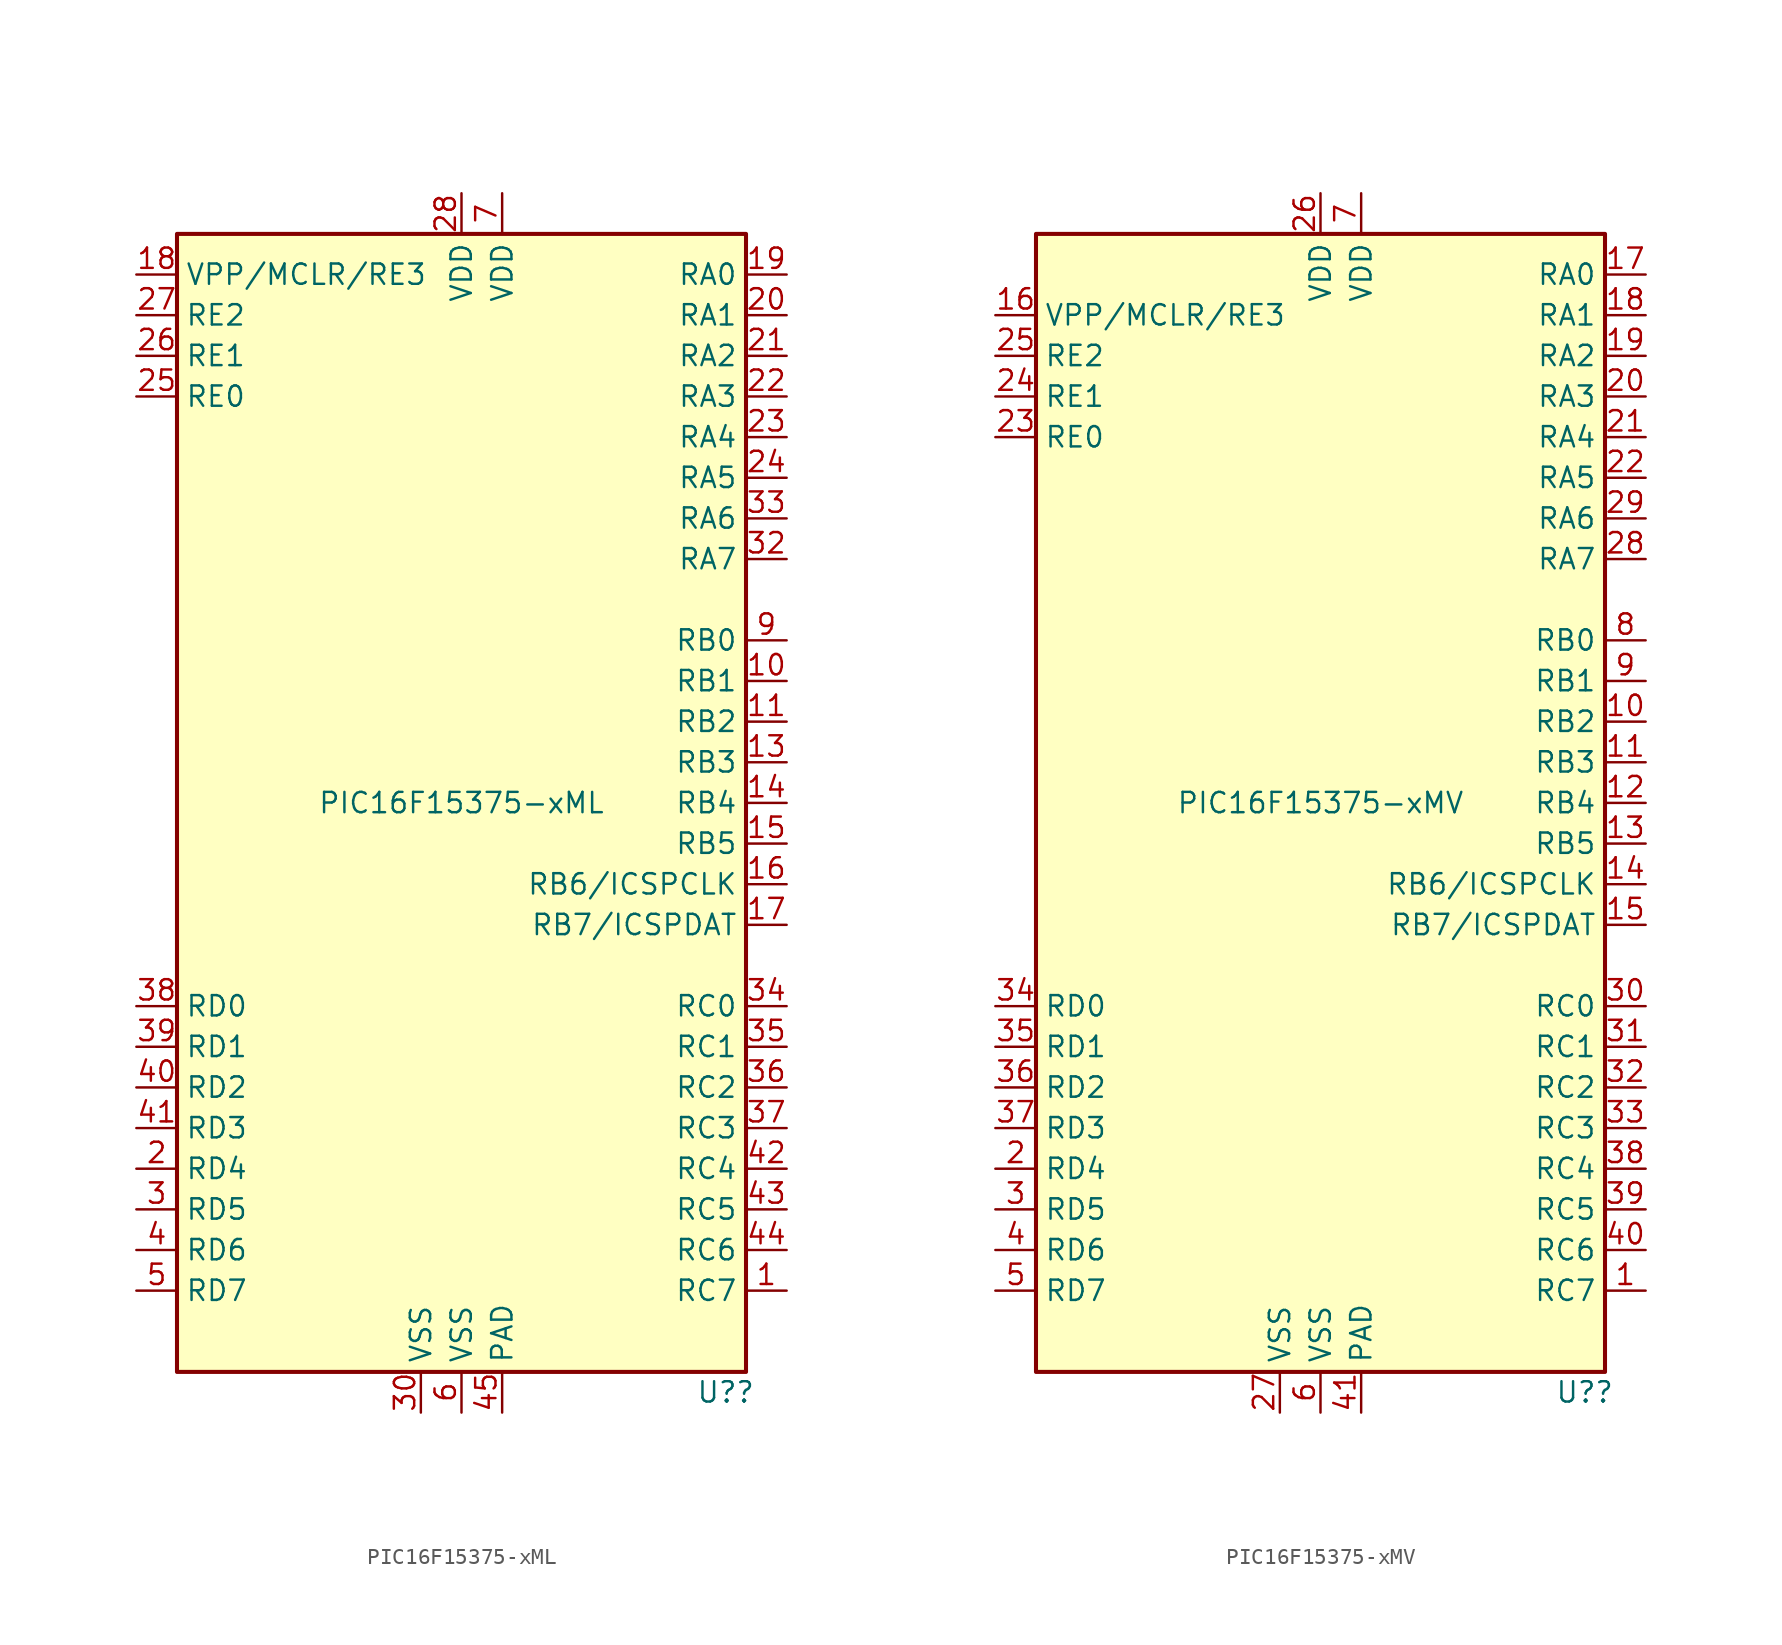
<source format=kicad_sym>
(kicad_symbol_lib
  (version 20201005)
  (generator kicad_symbol_editor)
  (symbol "PIC16F15375-xML"
    (property "Reference" "U?"
      (at 16.51 -36.83 0)
      (effects (font (size 1.27 1.27))))
    (property "Value" "PIC16F15375-xML"
      (at 0 0 0)
      (effects (font (size 1.27 1.27))))
    (symbol "PIC16F15375-xML_0_0"
      (pin no_connect line (at -20.32 0 0) (length 2.54) hide (name "NC" (effects (font (size 1.27 1.27)))) (number "13" (effects (font (size 1.27 1.27)))))
      (pin no_connect line (at -20.32 2.54 0) (length 2.54) hide (name "NC" (effects (font (size 1.27 1.27)))) (number "29" (effects (font (size 1.27 1.27)))))
      (pin no_connect line (at -20.32 7.62 0) (length 2.54) hide (name "NC" (effects (font (size 1.27 1.27)))) (number "31" (effects (font (size 1.27 1.27)))))
      (pin power_in line (at 2.54 -38.1 90) (length 2.54) (name "PAD" (effects (font (size 1.27 1.27)))) (number "45" (effects (font (size 1.27 1.27)))))
      (pin no_connect line (at -20.32 5.08 0) (length 2.54) hide (name "NC" (effects (font (size 1.27 1.27)))) (number "8" (effects (font (size 1.27 1.27))))))
    (symbol "PIC16F15375-xML_0_1"
      (rectangle (start -17.78 35.56) (end 17.78 -35.56) (stroke (width 0.254)) (fill (type background))))
    (symbol "PIC16F15375-xML_1_1"
      (pin bidirectional line (at 20.32 -30.48 180) (length 2.54) (name "RC7" (effects (font (size 1.27 1.27)))) (number "1" (effects (font (size 1.27 1.27)))))
      (pin bidirectional line (at 20.32 7.62 180) (length 2.54) (name "RB1" (effects (font (size 1.27 1.27)))) (number "10" (effects (font (size 1.27 1.27)))))
      (pin bidirectional line (at 20.32 5.08 180) (length 2.54) (name "RB2" (effects (font (size 1.27 1.27)))) (number "11" (effects (font (size 1.27 1.27)))))
      (pin bidirectional line (at 20.32 2.54 180) (length 2.54) (name "RB3" (effects (font (size 1.27 1.27)))) (number "13" (effects (font (size 1.27 1.27)))))
      (pin bidirectional line (at 20.32 0 180) (length 2.54) (name "RB4" (effects (font (size 1.27 1.27)))) (number "14" (effects (font (size 1.27 1.27)))))
      (pin bidirectional line (at 20.32 -2.54 180) (length 2.54) (name "RB5" (effects (font (size 1.27 1.27)))) (number "15" (effects (font (size 1.27 1.27)))))
      (pin bidirectional line (at 20.32 -5.08 180) (length 2.54) (name "RB6/ICSPCLK" (effects (font (size 1.27 1.27)))) (number "16" (effects (font (size 1.27 1.27)))))
      (pin bidirectional line (at 20.32 -7.62 180) (length 2.54) (name "RB7/ICSPDAT" (effects (font (size 1.27 1.27)))) (number "17" (effects (font (size 1.27 1.27)))))
      (pin bidirectional line (at -20.32 33.02 0) (length 2.54) (name "VPP/MCLR/RE3" (effects (font (size 1.27 1.27)))) (number "18" (effects (font (size 1.27 1.27)))))
      (pin bidirectional line (at 20.32 33.02 180) (length 2.54) (name "RA0" (effects (font (size 1.27 1.27)))) (number "19" (effects (font (size 1.27 1.27)))))
      (pin bidirectional line (at -20.32 -22.86 0) (length 2.54) (name "RD4" (effects (font (size 1.27 1.27)))) (number "2" (effects (font (size 1.27 1.27)))))
      (pin bidirectional line (at 20.32 30.48 180) (length 2.54) (name "RA1" (effects (font (size 1.27 1.27)))) (number "20" (effects (font (size 1.27 1.27)))))
      (pin bidirectional line (at 20.32 27.94 180) (length 2.54) (name "RA2" (effects (font (size 1.27 1.27)))) (number "21" (effects (font (size 1.27 1.27)))))
      (pin bidirectional line (at 20.32 25.4 180) (length 2.54) (name "RA3" (effects (font (size 1.27 1.27)))) (number "22" (effects (font (size 1.27 1.27)))))
      (pin bidirectional line (at 20.32 22.86 180) (length 2.54) (name "RA4" (effects (font (size 1.27 1.27)))) (number "23" (effects (font (size 1.27 1.27)))))
      (pin bidirectional line (at 20.32 20.32 180) (length 2.54) (name "RA5" (effects (font (size 1.27 1.27)))) (number "24" (effects (font (size 1.27 1.27)))))
      (pin bidirectional line (at -20.32 25.4 0) (length 2.54) (name "RE0" (effects (font (size 1.27 1.27)))) (number "25" (effects (font (size 1.27 1.27)))))
      (pin bidirectional line (at -20.32 27.94 0) (length 2.54) (name "RE1" (effects (font (size 1.27 1.27)))) (number "26" (effects (font (size 1.27 1.27)))))
      (pin bidirectional line (at -20.32 30.48 0) (length 2.54) (name "RE2" (effects (font (size 1.27 1.27)))) (number "27" (effects (font (size 1.27 1.27)))))
      (pin power_in line (at 0 38.1 270) (length 2.54) (name "VDD" (effects (font (size 1.27 1.27)))) (number "28" (effects (font (size 1.27 1.27)))))
      (pin bidirectional line (at -20.32 -25.4 0) (length 2.54) (name "RD5" (effects (font (size 1.27 1.27)))) (number "3" (effects (font (size 1.27 1.27)))))
      (pin power_in line (at -2.54 -38.1 90) (length 2.54) (name "VSS" (effects (font (size 1.27 1.27)))) (number "30" (effects (font (size 1.27 1.27)))))
      (pin bidirectional line (at 20.32 15.24 180) (length 2.54) (name "RA7" (effects (font (size 1.27 1.27)))) (number "32" (effects (font (size 1.27 1.27)))))
      (pin bidirectional line (at 20.32 17.78 180) (length 2.54) (name "RA6" (effects (font (size 1.27 1.27)))) (number "33" (effects (font (size 1.27 1.27)))))
      (pin bidirectional line (at 20.32 -12.7 180) (length 2.54) (name "RC0" (effects (font (size 1.27 1.27)))) (number "34" (effects (font (size 1.27 1.27)))))
      (pin bidirectional line (at 20.32 -15.24 180) (length 2.54) (name "RC1" (effects (font (size 1.27 1.27)))) (number "35" (effects (font (size 1.27 1.27)))))
      (pin bidirectional line (at 20.32 -17.78 180) (length 2.54) (name "RC2" (effects (font (size 1.27 1.27)))) (number "36" (effects (font (size 1.27 1.27)))))
      (pin bidirectional line (at 20.32 -20.32 180) (length 2.54) (name "RC3" (effects (font (size 1.27 1.27)))) (number "37" (effects (font (size 1.27 1.27)))))
      (pin bidirectional line (at -20.32 -12.7 0) (length 2.54) (name "RD0" (effects (font (size 1.27 1.27)))) (number "38" (effects (font (size 1.27 1.27)))))
      (pin bidirectional line (at -20.32 -15.24 0) (length 2.54) (name "RD1" (effects (font (size 1.27 1.27)))) (number "39" (effects (font (size 1.27 1.27)))))
      (pin bidirectional line (at -20.32 -27.94 0) (length 2.54) (name "RD6" (effects (font (size 1.27 1.27)))) (number "4" (effects (font (size 1.27 1.27)))))
      (pin bidirectional line (at -20.32 -17.78 0) (length 2.54) (name "RD2" (effects (font (size 1.27 1.27)))) (number "40" (effects (font (size 1.27 1.27)))))
      (pin bidirectional line (at -20.32 -20.32 0) (length 2.54) (name "RD3" (effects (font (size 1.27 1.27)))) (number "41" (effects (font (size 1.27 1.27)))))
      (pin bidirectional line (at 20.32 -22.86 180) (length 2.54) (name "RC4" (effects (font (size 1.27 1.27)))) (number "42" (effects (font (size 1.27 1.27)))))
      (pin bidirectional line (at 20.32 -25.4 180) (length 2.54) (name "RC5" (effects (font (size 1.27 1.27)))) (number "43" (effects (font (size 1.27 1.27)))))
      (pin bidirectional line (at 20.32 -27.94 180) (length 2.54) (name "RC6" (effects (font (size 1.27 1.27)))) (number "44" (effects (font (size 1.27 1.27)))))
      (pin bidirectional line (at -20.32 -30.48 0) (length 2.54) (name "RD7" (effects (font (size 1.27 1.27)))) (number "5" (effects (font (size 1.27 1.27)))))
      (pin power_in line (at 0 -38.1 90) (length 2.54) (name "VSS" (effects (font (size 1.27 1.27)))) (number "6" (effects (font (size 1.27 1.27)))))
      (pin power_in line (at 2.54 38.1 270) (length 2.54) (name "VDD" (effects (font (size 1.27 1.27)))) (number "7" (effects (font (size 1.27 1.27)))))
      (pin bidirectional line (at 20.32 10.16 180) (length 2.54) (name "RB0" (effects (font (size 1.27 1.27)))) (number "9" (effects (font (size 1.27 1.27)))))))
  (symbol "PIC16F15375-xMV"
    (property "Reference" "U?"
      (at 16.51 -36.83 0)
      (effects (font (size 1.27 1.27))))
    (property "Value" "PIC16F15375-xMV"
      (at 0 0 0)
      (effects (font (size 1.27 1.27))))
    (symbol "PIC16F15375-xMV_0_0"
      (pin power_in line (at 2.54 -38.1 90) (length 2.54) (name "PAD" (effects (font (size 1.27 1.27)))) (number "41" (effects (font (size 1.27 1.27))))))
    (symbol "PIC16F15375-xMV_0_1"
      (rectangle (start -17.78 35.56) (end 17.78 -35.56) (stroke (width 0.254)) (fill (type background))))
    (symbol "PIC16F15375-xMV_1_1"
      (pin bidirectional line (at 20.32 -30.48 180) (length 2.54) (name "RC7" (effects (font (size 1.27 1.27)))) (number "1" (effects (font (size 1.27 1.27)))))
      (pin bidirectional line (at 20.32 5.08 180) (length 2.54) (name "RB2" (effects (font (size 1.27 1.27)))) (number "10" (effects (font (size 1.27 1.27)))))
      (pin bidirectional line (at 20.32 2.54 180) (length 2.54) (name "RB3" (effects (font (size 1.27 1.27)))) (number "11" (effects (font (size 1.27 1.27)))))
      (pin bidirectional line (at 20.32 0 180) (length 2.54) (name "RB4" (effects (font (size 1.27 1.27)))) (number "12" (effects (font (size 1.27 1.27)))))
      (pin bidirectional line (at 20.32 -2.54 180) (length 2.54) (name "RB5" (effects (font (size 1.27 1.27)))) (number "13" (effects (font (size 1.27 1.27)))))
      (pin bidirectional line (at 20.32 -5.08 180) (length 2.54) (name "RB6/ICSPCLK" (effects (font (size 1.27 1.27)))) (number "14" (effects (font (size 1.27 1.27)))))
      (pin bidirectional line (at 20.32 -7.62 180) (length 2.54) (name "RB7/ICSPDAT" (effects (font (size 1.27 1.27)))) (number "15" (effects (font (size 1.27 1.27)))))
      (pin bidirectional line (at -20.32 30.48 0) (length 2.54) (name "VPP/MCLR/RE3" (effects (font (size 1.27 1.27)))) (number "16" (effects (font (size 1.27 1.27)))))
      (pin bidirectional line (at 20.32 33.02 180) (length 2.54) (name "RA0" (effects (font (size 1.27 1.27)))) (number "17" (effects (font (size 1.27 1.27)))))
      (pin bidirectional line (at 20.32 30.48 180) (length 2.54) (name "RA1" (effects (font (size 1.27 1.27)))) (number "18" (effects (font (size 1.27 1.27)))))
      (pin bidirectional line (at 20.32 27.94 180) (length 2.54) (name "RA2" (effects (font (size 1.27 1.27)))) (number "19" (effects (font (size 1.27 1.27)))))
      (pin bidirectional line (at -20.32 -22.86 0) (length 2.54) (name "RD4" (effects (font (size 1.27 1.27)))) (number "2" (effects (font (size 1.27 1.27)))))
      (pin bidirectional line (at 20.32 25.4 180) (length 2.54) (name "RA3" (effects (font (size 1.27 1.27)))) (number "20" (effects (font (size 1.27 1.27)))))
      (pin bidirectional line (at 20.32 22.86 180) (length 2.54) (name "RA4" (effects (font (size 1.27 1.27)))) (number "21" (effects (font (size 1.27 1.27)))))
      (pin bidirectional line (at 20.32 20.32 180) (length 2.54) (name "RA5" (effects (font (size 1.27 1.27)))) (number "22" (effects (font (size 1.27 1.27)))))
      (pin bidirectional line (at -20.32 22.86 0) (length 2.54) (name "RE0" (effects (font (size 1.27 1.27)))) (number "23" (effects (font (size 1.27 1.27)))))
      (pin bidirectional line (at -20.32 25.4 0) (length 2.54) (name "RE1" (effects (font (size 1.27 1.27)))) (number "24" (effects (font (size 1.27 1.27)))))
      (pin bidirectional line (at -20.32 27.94 0) (length 2.54) (name "RE2" (effects (font (size 1.27 1.27)))) (number "25" (effects (font (size 1.27 1.27)))))
      (pin power_in line (at 0 38.1 270) (length 2.54) (name "VDD" (effects (font (size 1.27 1.27)))) (number "26" (effects (font (size 1.27 1.27)))))
      (pin power_in line (at -2.54 -38.1 90) (length 2.54) (name "VSS" (effects (font (size 1.27 1.27)))) (number "27" (effects (font (size 1.27 1.27)))))
      (pin bidirectional line (at 20.32 15.24 180) (length 2.54) (name "RA7" (effects (font (size 1.27 1.27)))) (number "28" (effects (font (size 1.27 1.27)))))
      (pin bidirectional line (at 20.32 17.78 180) (length 2.54) (name "RA6" (effects (font (size 1.27 1.27)))) (number "29" (effects (font (size 1.27 1.27)))))
      (pin bidirectional line (at -20.32 -25.4 0) (length 2.54) (name "RD5" (effects (font (size 1.27 1.27)))) (number "3" (effects (font (size 1.27 1.27)))))
      (pin bidirectional line (at 20.32 -12.7 180) (length 2.54) (name "RC0" (effects (font (size 1.27 1.27)))) (number "30" (effects (font (size 1.27 1.27)))))
      (pin bidirectional line (at 20.32 -15.24 180) (length 2.54) (name "RC1" (effects (font (size 1.27 1.27)))) (number "31" (effects (font (size 1.27 1.27)))))
      (pin bidirectional line (at 20.32 -17.78 180) (length 2.54) (name "RC2" (effects (font (size 1.27 1.27)))) (number "32" (effects (font (size 1.27 1.27)))))
      (pin bidirectional line (at 20.32 -20.32 180) (length 2.54) (name "RC3" (effects (font (size 1.27 1.27)))) (number "33" (effects (font (size 1.27 1.27)))))
      (pin bidirectional line (at -20.32 -12.7 0) (length 2.54) (name "RD0" (effects (font (size 1.27 1.27)))) (number "34" (effects (font (size 1.27 1.27)))))
      (pin bidirectional line (at -20.32 -15.24 0) (length 2.54) (name "RD1" (effects (font (size 1.27 1.27)))) (number "35" (effects (font (size 1.27 1.27)))))
      (pin bidirectional line (at -20.32 -17.78 0) (length 2.54) (name "RD2" (effects (font (size 1.27 1.27)))) (number "36" (effects (font (size 1.27 1.27)))))
      (pin bidirectional line (at -20.32 -20.32 0) (length 2.54) (name "RD3" (effects (font (size 1.27 1.27)))) (number "37" (effects (font (size 1.27 1.27)))))
      (pin bidirectional line (at 20.32 -22.86 180) (length 2.54) (name "RC4" (effects (font (size 1.27 1.27)))) (number "38" (effects (font (size 1.27 1.27)))))
      (pin bidirectional line (at 20.32 -25.4 180) (length 2.54) (name "RC5" (effects (font (size 1.27 1.27)))) (number "39" (effects (font (size 1.27 1.27)))))
      (pin bidirectional line (at -20.32 -27.94 0) (length 2.54) (name "RD6" (effects (font (size 1.27 1.27)))) (number "4" (effects (font (size 1.27 1.27)))))
      (pin bidirectional line (at 20.32 -27.94 180) (length 2.54) (name "RC6" (effects (font (size 1.27 1.27)))) (number "40" (effects (font (size 1.27 1.27)))))
      (pin bidirectional line (at -20.32 -30.48 0) (length 2.54) (name "RD7" (effects (font (size 1.27 1.27)))) (number "5" (effects (font (size 1.27 1.27)))))
      (pin power_in line (at 0 -38.1 90) (length 2.54) (name "VSS" (effects (font (size 1.27 1.27)))) (number "6" (effects (font (size 1.27 1.27)))))
      (pin power_in line (at 2.54 38.1 270) (length 2.54) (name "VDD" (effects (font (size 1.27 1.27)))) (number "7" (effects (font (size 1.27 1.27)))))
      (pin bidirectional line (at 20.32 10.16 180) (length 2.54) (name "RB0" (effects (font (size 1.27 1.27)))) (number "8" (effects (font (size 1.27 1.27)))))
      (pin bidirectional line (at 20.32 7.62 180) (length 2.54) (name "RB1" (effects (font (size 1.27 1.27)))) (number "9" (effects (font (size 1.27 1.27))))))))
</source>
